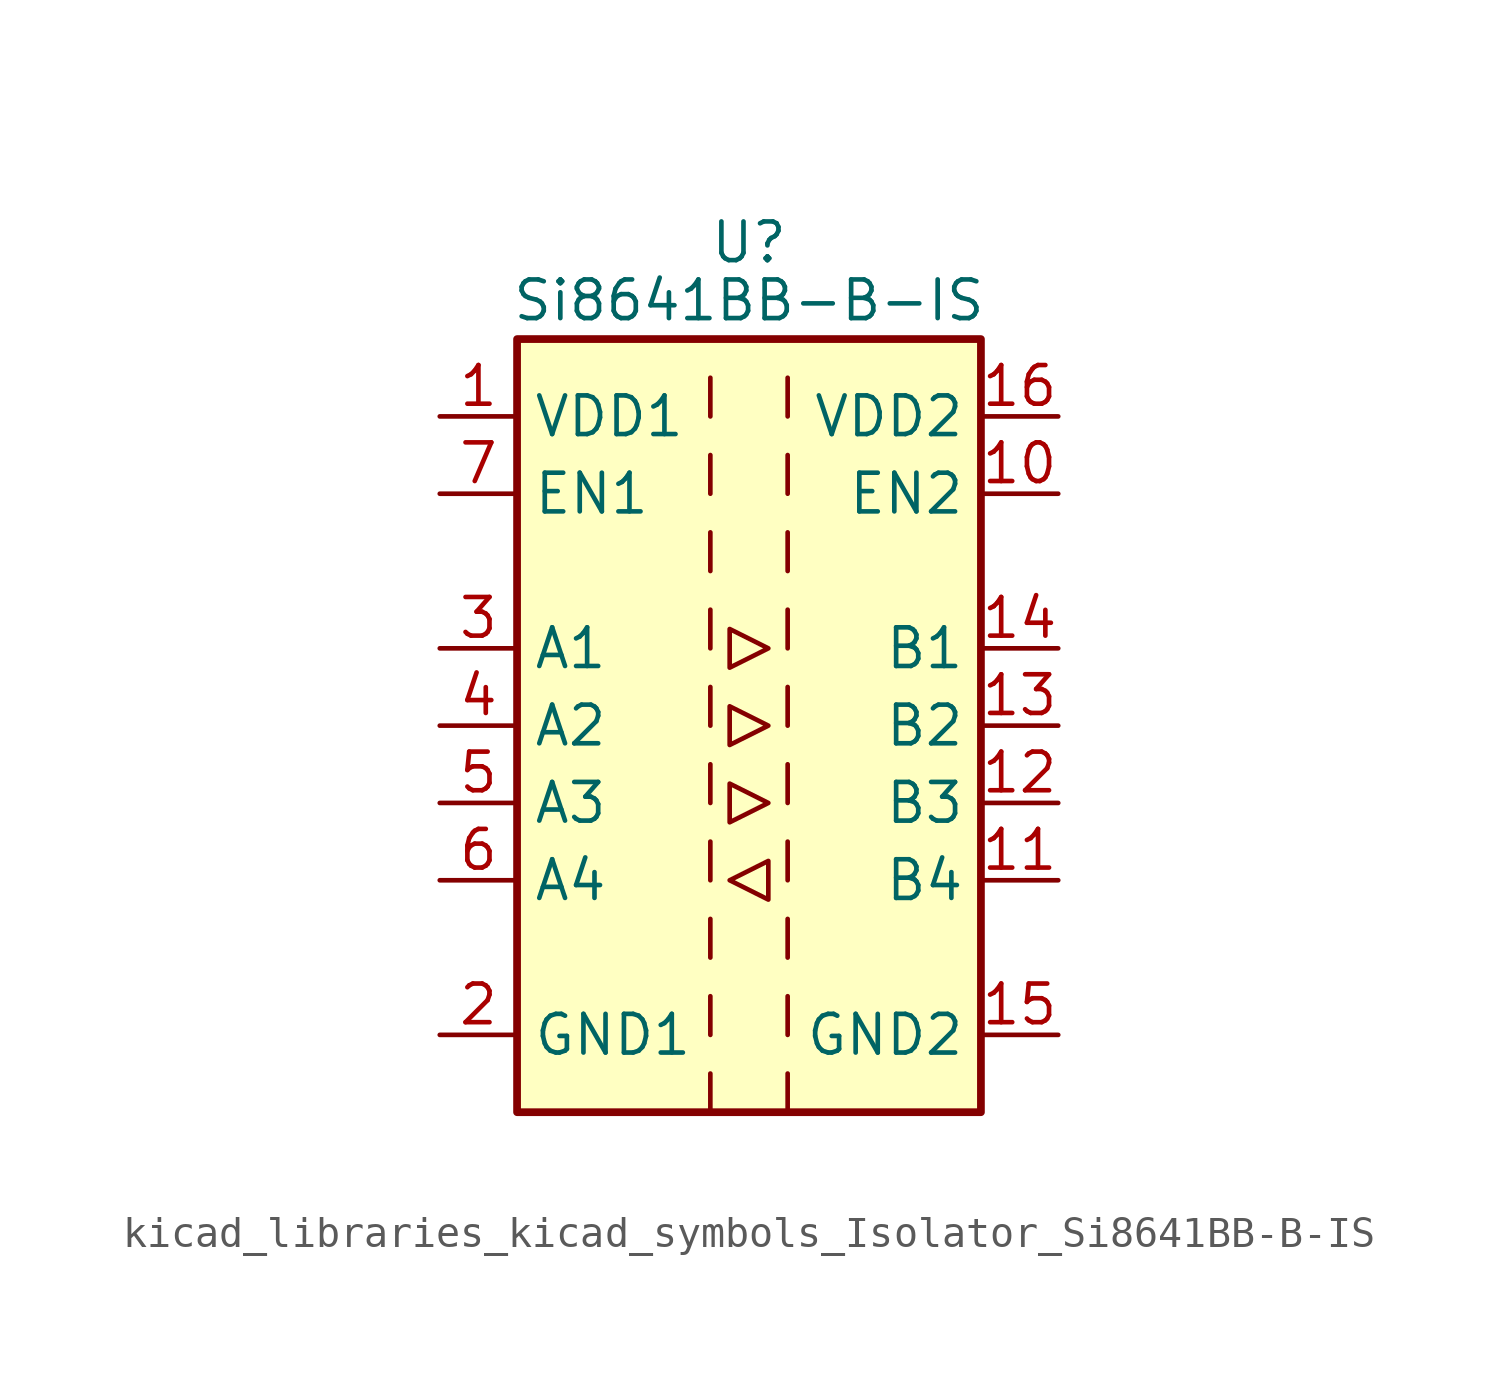
<source format=kicad_sym>
(kicad_symbol_lib
  (version 20220914)
  (generator kicad_symbol_editor)
  (symbol "kicad_libraries_kicad_symbols_Isolator_Si8641BB-B-IS"
    (property "Reference" "U"
      (at 0 15.875 0)
      (effects (font (size 1.27 1.27))))
    (property "Value" "Si8641BB-B-IS"
      (at 0 13.97 0)
      (effects (font (size 1.27 1.27))))
    (symbol "kicad_libraries_kicad_symbols_Isolator_Si8641BB-B-IS_0_1"
      (rectangle (start -7.62 12.7) (end 7.62 -12.7) (stroke (width 0.254) (type default)) (fill (type background)))
      (polyline (pts (xy -1.27 -11.43) (xy -1.27 -12.7)) (stroke (width 0) (type default)) (fill (type none)))
      (polyline (pts (xy -1.27 -8.89) (xy -1.27 -10.16)) (stroke (width 0) (type default)) (fill (type none)))
      (polyline (pts (xy -1.27 -6.35) (xy -1.27 -7.62)) (stroke (width 0) (type default)) (fill (type none)))
      (polyline (pts (xy -1.27 -3.81) (xy -1.27 -5.08)) (stroke (width 0) (type default)) (fill (type none)))
      (polyline (pts (xy -1.27 -1.27) (xy -1.27 -2.54)) (stroke (width 0) (type default)) (fill (type none)))
      (polyline (pts (xy -1.27 1.27) (xy -1.27 0)) (stroke (width 0) (type default)) (fill (type none)))
      (polyline (pts (xy -1.27 3.81) (xy -1.27 2.54)) (stroke (width 0) (type default)) (fill (type none)))
      (polyline (pts (xy -1.27 6.35) (xy -1.27 5.08)) (stroke (width 0) (type default)) (fill (type none)))
      (polyline (pts (xy -1.27 8.89) (xy -1.27 7.62)) (stroke (width 0) (type default)) (fill (type none)))
      (polyline (pts (xy -1.27 11.43) (xy -1.27 10.16)) (stroke (width 0) (type default)) (fill (type none)))
      (polyline (pts (xy 1.27 -11.43) (xy 1.27 -12.7)) (stroke (width 0) (type default)) (fill (type none)))
      (polyline (pts (xy 1.27 -8.89) (xy 1.27 -10.16)) (stroke (width 0) (type default)) (fill (type none)))
      (polyline (pts (xy 1.27 -6.35) (xy 1.27 -7.62)) (stroke (width 0) (type default)) (fill (type none)))
      (polyline (pts (xy 1.27 -3.81) (xy 1.27 -5.08)) (stroke (width 0) (type default)) (fill (type none)))
      (polyline (pts (xy 1.27 -1.27) (xy 1.27 -2.54)) (stroke (width 0) (type default)) (fill (type none)))
      (polyline (pts (xy 1.27 1.27) (xy 1.27 0)) (stroke (width 0) (type default)) (fill (type none)))
      (polyline (pts (xy 1.27 3.81) (xy 1.27 2.54)) (stroke (width 0) (type default)) (fill (type none)))
      (polyline (pts (xy 1.27 6.35) (xy 1.27 5.08)) (stroke (width 0) (type default)) (fill (type none)))
      (polyline (pts (xy 1.27 8.89) (xy 1.27 7.62)) (stroke (width 0) (type default)) (fill (type none)))
      (polyline (pts (xy 1.27 11.43) (xy 1.27 10.16)) (stroke (width 0) (type default)) (fill (type none)))
      (polyline (pts (xy -0.635 -5.08) (xy 0.635 -4.445) (xy 0.635 -5.715) (xy -0.635 -5.08)) (stroke (width 0) (type default)) (fill (type none)))
      (polyline (pts (xy -0.635 0.635) (xy -0.635 -0.635) (xy 0.635 0) (xy -0.635 0.635)) (stroke (width 0) (type default)) (fill (type none)))
      (polyline (pts (xy -0.635 3.175) (xy -0.635 1.905) (xy 0.635 2.54) (xy -0.635 3.175)) (stroke (width 0) (type default)) (fill (type none)))
      (polyline (pts (xy 0.635 -2.54) (xy -0.635 -1.905) (xy -0.635 -3.175) (xy 0.635 -2.54)) (stroke (width 0) (type default)) (fill (type none))))
    (symbol "kicad_libraries_kicad_symbols_Isolator_Si8641BB-B-IS_1_1"
      (pin power_in line (at -10.16 10.16 0) (length 2.54) (name "VDD1" (effects (font (size 1.27 1.27)))) (number "1" (effects (font (size 1.27 1.27)))))
      (pin input line (at 10.16 7.62 180) (length 2.54) (name "EN2" (effects (font (size 1.27 1.27)))) (number "10" (effects (font (size 1.27 1.27)))))
      (pin input line (at 10.16 -5.08 180) (length 2.54) (name "B4" (effects (font (size 1.27 1.27)))) (number "11" (effects (font (size 1.27 1.27)))))
      (pin output line (at 10.16 -2.54 180) (length 2.54) (name "B3" (effects (font (size 1.27 1.27)))) (number "12" (effects (font (size 1.27 1.27)))))
      (pin output line (at 10.16 0 180) (length 2.54) (name "B2" (effects (font (size 1.27 1.27)))) (number "13" (effects (font (size 1.27 1.27)))))
      (pin output line (at 10.16 2.54 180) (length 2.54) (name "B1" (effects (font (size 1.27 1.27)))) (number "14" (effects (font (size 1.27 1.27)))))
      (pin power_in line (at 10.16 -10.16 180) (length 2.54) (name "GND2" (effects (font (size 1.27 1.27)))) (number "15" (effects (font (size 1.27 1.27)))))
      (pin power_in line (at 10.16 10.16 180) (length 2.54) (name "VDD2" (effects (font (size 1.27 1.27)))) (number "16" (effects (font (size 1.27 1.27)))))
      (pin power_in line (at -10.16 -10.16 0) (length 2.54) (name "GND1" (effects (font (size 1.27 1.27)))) (number "2" (effects (font (size 1.27 1.27)))))
      (pin input line (at -10.16 2.54 0) (length 2.54) (name "A1" (effects (font (size 1.27 1.27)))) (number "3" (effects (font (size 1.27 1.27)))))
      (pin input line (at -10.16 0 0) (length 2.54) (name "A2" (effects (font (size 1.27 1.27)))) (number "4" (effects (font (size 1.27 1.27)))))
      (pin input line (at -10.16 -2.54 0) (length 2.54) (name "A3" (effects (font (size 1.27 1.27)))) (number "5" (effects (font (size 1.27 1.27)))))
      (pin output line (at -10.16 -5.08 0) (length 2.54) (name "A4" (effects (font (size 1.27 1.27)))) (number "6" (effects (font (size 1.27 1.27)))))
      (pin input line (at -10.16 7.62 0) (length 2.54) (name "EN1" (effects (font (size 1.27 1.27)))) (number "7" (effects (font (size 1.27 1.27)))))
      (pin passive line (at -10.16 -10.16 0) (length 2.54) hide (name "GND1" (effects (font (size 1.27 1.27)))) (number "8" (effects (font (size 1.27 1.27)))))
      (pin passive line (at 10.16 -10.16 180) (length 2.54) hide (name "GND2" (effects (font (size 1.27 1.27)))) (number "9" (effects (font (size 1.27 1.27))))))))
</source>
